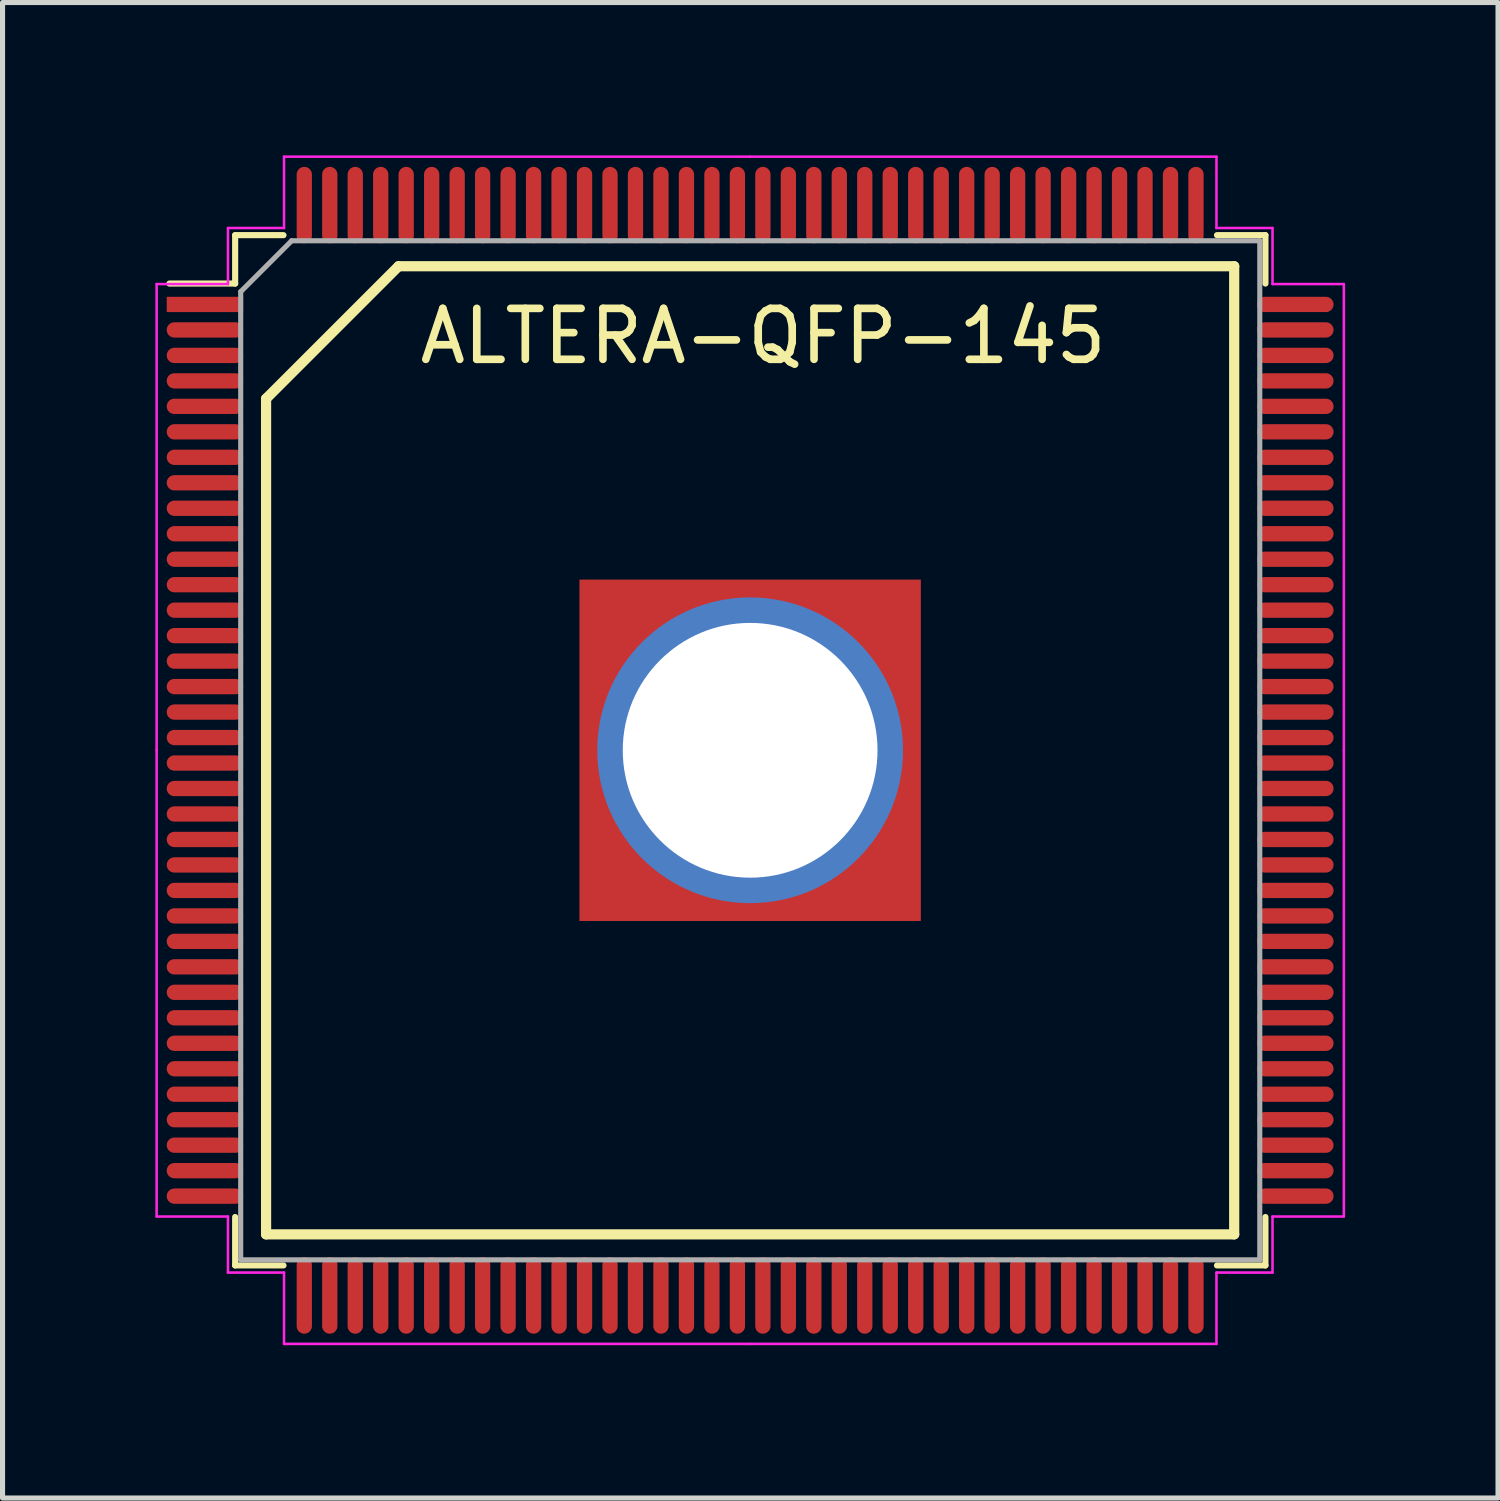
<source format=kicad_pcb>
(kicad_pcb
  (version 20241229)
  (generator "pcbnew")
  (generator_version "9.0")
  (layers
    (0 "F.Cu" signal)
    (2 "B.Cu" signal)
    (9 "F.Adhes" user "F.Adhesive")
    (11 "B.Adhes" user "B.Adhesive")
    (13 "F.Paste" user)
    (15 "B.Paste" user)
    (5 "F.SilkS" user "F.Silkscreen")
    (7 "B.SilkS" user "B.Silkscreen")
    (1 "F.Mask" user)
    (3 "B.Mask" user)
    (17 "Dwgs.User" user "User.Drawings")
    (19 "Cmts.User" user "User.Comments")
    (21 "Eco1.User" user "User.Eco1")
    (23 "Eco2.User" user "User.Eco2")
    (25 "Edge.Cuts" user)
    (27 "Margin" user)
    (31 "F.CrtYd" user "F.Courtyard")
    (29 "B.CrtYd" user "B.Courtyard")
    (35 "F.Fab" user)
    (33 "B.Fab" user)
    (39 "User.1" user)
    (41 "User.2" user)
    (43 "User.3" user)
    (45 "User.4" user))
  (footprint "ALTERA-QFP-145"
    (layer "F.Cu")
    (at 11.672 11.675)
    (property "Reference" "ALTERA-QFP-145" (at 0.254 -8.128 0) (layer "F.SilkS") (effects (font (size 1 1) (thickness 0.15))))
    (attr smd)
    (fp_line (start -10.107 -10.11) (end -10.107 -9.16) (stroke (width 0.12) (type solid)) (layer "F.SilkS"))
    (fp_line (start -10.107 -9.16) (end -11.398 -9.16) (stroke (width 0.12) (type solid)) (layer "F.SilkS"))
    (fp_line (start -10.107 10.11) (end -10.107 9.16) (stroke (width 0.12) (type solid)) (layer "F.SilkS"))
    (fp_line (start -9.5 -6.9) (end -9.5 9.5) (stroke (width 0.2) (type solid)) (layer "F.SilkS"))
    (fp_line (start -9.5 9.5) (end 9.5 9.5) (stroke (width 0.2) (type solid)) (layer "F.SilkS"))
    (fp_line (start -9.158 -10.11) (end -10.107 -10.11) (stroke (width 0.12) (type solid)) (layer "F.SilkS"))
    (fp_line (start -9.158 10.11) (end -10.107 10.11) (stroke (width 0.12) (type solid)) (layer "F.SilkS"))
    (fp_line (start -6.9 -9.5) (end -9.5 -6.9) (stroke (width 0.2) (type solid)) (layer "F.SilkS"))
    (fp_line (start 9.162 -10.11) (end 10.113 -10.11) (stroke (width 0.12) (type solid)) (layer "F.SilkS"))
    (fp_line (start 9.162 10.11) (end 10.113 10.11) (stroke (width 0.12) (type solid)) (layer "F.SilkS"))
    (fp_line (start 9.5 -9.5) (end -6.9 -9.5) (stroke (width 0.2) (type solid)) (layer "F.SilkS"))
    (fp_line (start 9.5 9.5) (end 9.5 -9.5) (stroke (width 0.2) (type solid)) (layer "F.SilkS"))
    (fp_line (start 10.113 -10.11) (end 10.113 -9.16) (stroke (width 0.12) (type solid)) (layer "F.SilkS"))
    (fp_line (start 10.113 10.11) (end 10.113 9.16) (stroke (width 0.12) (type solid)) (layer "F.SilkS"))
    (fp_line (start -11.648 -9.15) (end -11.648 0) (stroke (width 0.05) (type solid)) (layer "F.CrtYd"))
    (fp_line (start -11.648 9.15) (end -11.648 0) (stroke (width 0.05) (type solid)) (layer "F.CrtYd"))
    (fp_line (start -10.248 -10.25) (end -10.248 -9.15) (stroke (width 0.05) (type solid)) (layer "F.CrtYd"))
    (fp_line (start -10.248 -9.15) (end -11.648 -9.15) (stroke (width 0.05) (type solid)) (layer "F.CrtYd"))
    (fp_line (start -10.248 9.15) (end -11.648 9.15) (stroke (width 0.05) (type solid)) (layer "F.CrtYd"))
    (fp_line (start -10.248 10.25) (end -10.248 9.15) (stroke (width 0.05) (type solid)) (layer "F.CrtYd"))
    (fp_line (start -9.148 -11.65) (end -9.148 -10.25) (stroke (width 0.05) (type solid)) (layer "F.CrtYd"))
    (fp_line (start -9.148 -10.25) (end -10.248 -10.25) (stroke (width 0.05) (type solid)) (layer "F.CrtYd"))
    (fp_line (start -9.148 10.25) (end -10.248 10.25) (stroke (width 0.05) (type solid)) (layer "F.CrtYd"))
    (fp_line (start -9.148 11.65) (end -9.148 10.25) (stroke (width 0.05) (type solid)) (layer "F.CrtYd"))
    (fp_line (start 0.003 -11.65) (end -9.148 -11.65) (stroke (width 0.05) (type solid)) (layer "F.CrtYd"))
    (fp_line (start 0.003 -11.65) (end 9.152 -11.65) (stroke (width 0.05) (type solid)) (layer "F.CrtYd"))
    (fp_line (start 0.003 11.65) (end -9.148 11.65) (stroke (width 0.05) (type solid)) (layer "F.CrtYd"))
    (fp_line (start 0.003 11.65) (end 9.152 11.65) (stroke (width 0.05) (type solid)) (layer "F.CrtYd"))
    (fp_line (start 9.152 -11.65) (end 9.152 -10.25) (stroke (width 0.05) (type solid)) (layer "F.CrtYd"))
    (fp_line (start 9.152 -10.25) (end 10.252 -10.25) (stroke (width 0.05) (type solid)) (layer "F.CrtYd"))
    (fp_line (start 9.152 10.25) (end 10.252 10.25) (stroke (width 0.05) (type solid)) (layer "F.CrtYd"))
    (fp_line (start 9.152 11.65) (end 9.152 10.25) (stroke (width 0.05) (type solid)) (layer "F.CrtYd"))
    (fp_line (start 10.252 -10.25) (end 10.252 -9.15) (stroke (width 0.05) (type solid)) (layer "F.CrtYd"))
    (fp_line (start 10.252 -9.15) (end 11.652 -9.15) (stroke (width 0.05) (type solid)) (layer "F.CrtYd"))
    (fp_line (start 10.252 9.15) (end 11.652 9.15) (stroke (width 0.05) (type solid)) (layer "F.CrtYd"))
    (fp_line (start 10.252 10.25) (end 10.252 9.15) (stroke (width 0.05) (type solid)) (layer "F.CrtYd"))
    (fp_line (start 11.652 -9.15) (end 11.652 0) (stroke (width 0.05) (type solid)) (layer "F.CrtYd"))
    (fp_line (start 11.652 9.15) (end 11.652 0) (stroke (width 0.05) (type solid)) (layer "F.CrtYd"))
    (fp_line (start -9.998 -9) (end -8.998 -10) (stroke (width 0.1) (type solid)) (layer "F.Fab"))
    (fp_line (start -9.998 10) (end -9.998 -9) (stroke (width 0.1) (type solid)) (layer "F.Fab"))
    (fp_line (start -8.998 -10) (end 10.002 -10) (stroke (width 0.1) (type solid)) (layer "F.Fab"))
    (fp_line (start 10.002 -10) (end 10.002 10) (stroke (width 0.1) (type solid)) (layer "F.Fab"))
    (fp_line (start 10.002 10) (end -9.998 10) (stroke (width 0.1) (type solid)) (layer "F.Fab"))
    (pad "1" smd rect (at -10.7 -8.75) (size 1.5 0.3) (layers "F.Cu" "F.Mask" "F.Paste"))
    (pad "2" smd oval (at -10.7 -8.25) (size 1.5 0.3) (layers "F.Cu" "F.Mask" "F.Paste"))
    (pad "3" smd oval (at -10.7 -7.75) (size 1.5 0.3) (layers "F.Cu" "F.Mask" "F.Paste"))
    (pad "4" smd oval (at -10.7 -7.25) (size 1.5 0.3) (layers "F.Cu" "F.Mask" "F.Paste"))
    (pad "5" smd oval (at -10.7 -6.75) (size 1.5 0.3) (layers "F.Cu" "F.Mask" "F.Paste"))
    (pad "6" smd oval (at -10.7 -6.25) (size 1.5 0.3) (layers "F.Cu" "F.Mask" "F.Paste"))
    (pad "7" smd oval (at -10.7 -5.75) (size 1.5 0.3) (layers "F.Cu" "F.Mask" "F.Paste"))
    (pad "8" smd oval (at -10.7 -5.25) (size 1.5 0.3) (layers "F.Cu" "F.Mask" "F.Paste"))
    (pad "9" smd oval (at -10.7 -4.75) (size 1.5 0.3) (layers "F.Cu" "F.Mask" "F.Paste"))
    (pad "10" smd oval (at -10.7 -4.25) (size 1.5 0.3) (layers "F.Cu" "F.Mask" "F.Paste"))
    (pad "11" smd oval (at -10.7 -3.75) (size 1.5 0.3) (layers "F.Cu" "F.Mask" "F.Paste"))
    (pad "12" smd oval (at -10.7 -3.25) (size 1.5 0.3) (layers "F.Cu" "F.Mask" "F.Paste"))
    (pad "13" smd oval (at -10.7 -2.75) (size 1.5 0.3) (layers "F.Cu" "F.Mask" "F.Paste"))
    (pad "14" smd oval (at -10.7 -2.25) (size 1.5 0.3) (layers "F.Cu" "F.Mask" "F.Paste"))
    (pad "15" smd oval (at -10.7 -1.75) (size 1.5 0.3) (layers "F.Cu" "F.Mask" "F.Paste"))
    (pad "16" smd oval (at -10.7 -1.25) (size 1.5 0.3) (layers "F.Cu" "F.Mask" "F.Paste"))
    (pad "17" smd oval (at -10.7 -0.75) (size 1.5 0.3) (layers "F.Cu" "F.Mask" "F.Paste"))
    (pad "18" smd oval (at -10.7 -0.25) (size 1.5 0.3) (layers "F.Cu" "F.Mask" "F.Paste"))
    (pad "19" smd oval (at -10.7 0.25) (size 1.5 0.3) (layers "F.Cu" "F.Mask" "F.Paste"))
    (pad "20" smd oval (at -10.7 0.75) (size 1.5 0.3) (layers "F.Cu" "F.Mask" "F.Paste"))
    (pad "21" smd oval (at -10.7 1.25) (size 1.5 0.3) (layers "F.Cu" "F.Mask" "F.Paste"))
    (pad "22" smd oval (at -10.7 1.75) (size 1.5 0.3) (layers "F.Cu" "F.Mask" "F.Paste"))
    (pad "23" smd oval (at -10.7 2.25) (size 1.5 0.3) (layers "F.Cu" "F.Mask" "F.Paste"))
    (pad "24" smd oval (at -10.7 2.75) (size 1.5 0.3) (layers "F.Cu" "F.Mask" "F.Paste"))
    (pad "25" smd oval (at -10.7 3.25) (size 1.5 0.3) (layers "F.Cu" "F.Mask" "F.Paste"))
    (pad "26" smd oval (at -10.7 3.75) (size 1.5 0.3) (layers "F.Cu" "F.Mask" "F.Paste"))
    (pad "27" smd oval (at -10.7 4.25) (size 1.5 0.3) (layers "F.Cu" "F.Mask" "F.Paste"))
    (pad "28" smd oval (at -10.7 4.75) (size 1.5 0.3) (layers "F.Cu" "F.Mask" "F.Paste"))
    (pad "29" smd oval (at -10.7 5.25) (size 1.5 0.3) (layers "F.Cu" "F.Mask" "F.Paste"))
    (pad "30" smd oval (at -10.7 5.75) (size 1.5 0.3) (layers "F.Cu" "F.Mask" "F.Paste"))
    (pad "31" smd oval (at -10.7 6.25) (size 1.5 0.3) (layers "F.Cu" "F.Mask" "F.Paste"))
    (pad "32" smd oval (at -10.7 6.75) (size 1.5 0.3) (layers "F.Cu" "F.Mask" "F.Paste"))
    (pad "33" smd oval (at -10.7 7.25) (size 1.5 0.3) (layers "F.Cu" "F.Mask" "F.Paste"))
    (pad "34" smd oval (at -10.7 7.75) (size 1.5 0.3) (layers "F.Cu" "F.Mask" "F.Paste"))
    (pad "35" smd oval (at -10.7 8.25) (size 1.5 0.3) (layers "F.Cu" "F.Mask" "F.Paste"))
    (pad "36" smd oval (at -10.7 8.75) (size 1.5 0.3) (layers "F.Cu" "F.Mask" "F.Paste"))
    (pad "37" smd oval (at -8.75 10.7) (size 0.3 1.5) (layers "F.Cu" "F.Mask" "F.Paste"))
    (pad "38" smd oval (at -8.25 10.7) (size 0.3 1.5) (layers "F.Cu" "F.Mask" "F.Paste"))
    (pad "39" smd oval (at -7.75 10.7) (size 0.3 1.5) (layers "F.Cu" "F.Mask" "F.Paste"))
    (pad "40" smd oval (at -7.25 10.7) (size 0.3 1.5) (layers "F.Cu" "F.Mask" "F.Paste"))
    (pad "41" smd oval (at -6.75 10.7) (size 0.3 1.5) (layers "F.Cu" "F.Mask" "F.Paste"))
    (pad "42" smd oval (at -6.25 10.7) (size 0.3 1.5) (layers "F.Cu" "F.Mask" "F.Paste"))
    (pad "43" smd oval (at -5.75 10.7) (size 0.3 1.5) (layers "F.Cu" "F.Mask" "F.Paste"))
    (pad "44" smd oval (at -5.25 10.7) (size 0.3 1.5) (layers "F.Cu" "F.Mask" "F.Paste"))
    (pad "45" smd oval (at -4.75 10.7) (size 0.3 1.5) (layers "F.Cu" "F.Mask" "F.Paste"))
    (pad "46" smd oval (at -4.25 10.7) (size 0.3 1.5) (layers "F.Cu" "F.Mask" "F.Paste"))
    (pad "47" smd oval (at -3.75 10.7) (size 0.3 1.5) (layers "F.Cu" "F.Mask" "F.Paste"))
    (pad "48" smd oval (at -3.25 10.7) (size 0.3 1.5) (layers "F.Cu" "F.Mask" "F.Paste"))
    (pad "49" smd oval (at -2.75 10.7) (size 0.3 1.5) (layers "F.Cu" "F.Mask" "F.Paste"))
    (pad "50" smd oval (at -2.25 10.7) (size 0.3 1.5) (layers "F.Cu" "F.Mask" "F.Paste"))
    (pad "51" smd oval (at -1.75 10.7) (size 0.3 1.5) (layers "F.Cu" "F.Mask" "F.Paste"))
    (pad "52" smd oval (at -1.25 10.7) (size 0.3 1.5) (layers "F.Cu" "F.Mask" "F.Paste"))
    (pad "53" smd oval (at -0.75 10.7) (size 0.3 1.5) (layers "F.Cu" "F.Mask" "F.Paste"))
    (pad "54" smd oval (at -0.25 10.7) (size 0.3 1.5) (layers "F.Cu" "F.Mask" "F.Paste"))
    (pad "55" smd oval (at 0.25 10.7) (size 0.3 1.5) (layers "F.Cu" "F.Mask" "F.Paste"))
    (pad "56" smd oval (at 0.75 10.7) (size 0.3 1.5) (layers "F.Cu" "F.Mask" "F.Paste"))
    (pad "57" smd oval (at 1.25 10.7) (size 0.3 1.5) (layers "F.Cu" "F.Mask" "F.Paste"))
    (pad "58" smd oval (at 1.75 10.7) (size 0.3 1.5) (layers "F.Cu" "F.Mask" "F.Paste"))
    (pad "59" smd oval (at 2.25 10.7) (size 0.3 1.5) (layers "F.Cu" "F.Mask" "F.Paste"))
    (pad "60" smd oval (at 2.75 10.7) (size 0.3 1.5) (layers "F.Cu" "F.Mask" "F.Paste"))
    (pad "61" smd oval (at 3.25 10.7) (size 0.3 1.5) (layers "F.Cu" "F.Mask" "F.Paste"))
    (pad "62" smd oval (at 3.75 10.7) (size 0.3 1.5) (layers "F.Cu" "F.Mask" "F.Paste"))
    (pad "63" smd oval (at 4.25 10.7) (size 0.3 1.5) (layers "F.Cu" "F.Mask" "F.Paste"))
    (pad "64" smd oval (at 4.75 10.7) (size 0.3 1.5) (layers "F.Cu" "F.Mask" "F.Paste"))
    (pad "65" smd oval (at 5.25 10.7) (size 0.3 1.5) (layers "F.Cu" "F.Mask" "F.Paste"))
    (pad "66" smd oval (at 5.75 10.7) (size 0.3 1.5) (layers "F.Cu" "F.Mask" "F.Paste"))
    (pad "67" smd oval (at 6.25 10.7) (size 0.3 1.5) (layers "F.Cu" "F.Mask" "F.Paste"))
    (pad "68" smd oval (at 6.75 10.7) (size 0.3 1.5) (layers "F.Cu" "F.Mask" "F.Paste"))
    (pad "69" smd oval (at 7.25 10.7) (size 0.3 1.5) (layers "F.Cu" "F.Mask" "F.Paste"))
    (pad "70" smd oval (at 7.75 10.7) (size 0.3 1.5) (layers "F.Cu" "F.Mask" "F.Paste"))
    (pad "71" smd oval (at 8.25 10.7) (size 0.3 1.5) (layers "F.Cu" "F.Mask" "F.Paste"))
    (pad "72" smd oval (at 8.75 10.7) (size 0.3 1.5) (layers "F.Cu" "F.Mask" "F.Paste"))
    (pad "73" smd oval (at 10.7 8.75) (size 1.5 0.3) (layers "F.Cu" "F.Mask" "F.Paste"))
    (pad "74" smd oval (at 10.7 8.25) (size 1.5 0.3) (layers "F.Cu" "F.Mask" "F.Paste"))
    (pad "75" smd oval (at 10.7 7.75) (size 1.5 0.3) (layers "F.Cu" "F.Mask" "F.Paste"))
    (pad "76" smd oval (at 10.7 7.25) (size 1.5 0.3) (layers "F.Cu" "F.Mask" "F.Paste"))
    (pad "77" smd oval (at 10.7 6.75) (size 1.5 0.3) (layers "F.Cu" "F.Mask" "F.Paste"))
    (pad "78" smd oval (at 10.7 6.25) (size 1.5 0.3) (layers "F.Cu" "F.Mask" "F.Paste"))
    (pad "79" smd oval (at 10.7 5.75) (size 1.5 0.3) (layers "F.Cu" "F.Mask" "F.Paste"))
    (pad "80" smd oval (at 10.7 5.25) (size 1.5 0.3) (layers "F.Cu" "F.Mask" "F.Paste"))
    (pad "81" smd oval (at 10.7 4.75) (size 1.5 0.3) (layers "F.Cu" "F.Mask" "F.Paste"))
    (pad "82" smd oval (at 10.7 4.25) (size 1.5 0.3) (layers "F.Cu" "F.Mask" "F.Paste"))
    (pad "83" smd oval (at 10.7 3.75) (size 1.5 0.3) (layers "F.Cu" "F.Mask" "F.Paste"))
    (pad "84" smd oval (at 10.7 3.25) (size 1.5 0.3) (layers "F.Cu" "F.Mask" "F.Paste"))
    (pad "85" smd oval (at 10.7 2.75) (size 1.5 0.3) (layers "F.Cu" "F.Mask" "F.Paste"))
    (pad "86" smd oval (at 10.7 2.25) (size 1.5 0.3) (layers "F.Cu" "F.Mask" "F.Paste"))
    (pad "87" smd oval (at 10.7 1.75) (size 1.5 0.3) (layers "F.Cu" "F.Mask" "F.Paste"))
    (pad "88" smd oval (at 10.7 1.25) (size 1.5 0.3) (layers "F.Cu" "F.Mask" "F.Paste"))
    (pad "89" smd oval (at 10.7 0.75) (size 1.5 0.3) (layers "F.Cu" "F.Mask" "F.Paste"))
    (pad "90" smd oval (at 10.7 0.25) (size 1.5 0.3) (layers "F.Cu" "F.Mask" "F.Paste"))
    (pad "91" smd oval (at 10.7 -0.25) (size 1.5 0.3) (layers "F.Cu" "F.Mask" "F.Paste"))
    (pad "92" smd oval (at 10.7 -0.75) (size 1.5 0.3) (layers "F.Cu" "F.Mask" "F.Paste"))
    (pad "93" smd oval (at 10.7 -1.25) (size 1.5 0.3) (layers "F.Cu" "F.Mask" "F.Paste"))
    (pad "94" smd oval (at 10.7 -1.75) (size 1.5 0.3) (layers "F.Cu" "F.Mask" "F.Paste"))
    (pad "95" smd oval (at 10.7 -2.25) (size 1.5 0.3) (layers "F.Cu" "F.Mask" "F.Paste"))
    (pad "96" smd oval (at 10.7 -2.75) (size 1.5 0.3) (layers "F.Cu" "F.Mask" "F.Paste"))
    (pad "97" smd oval (at 10.7 -3.25) (size 1.5 0.3) (layers "F.Cu" "F.Mask" "F.Paste"))
    (pad "98" smd oval (at 10.7 -3.75) (size 1.5 0.3) (layers "F.Cu" "F.Mask" "F.Paste"))
    (pad "99" smd oval (at 10.7 -4.25) (size 1.5 0.3) (layers "F.Cu" "F.Mask" "F.Paste"))
    (pad "100" smd oval (at 10.7 -4.75) (size 1.5 0.3) (layers "F.Cu" "F.Mask" "F.Paste"))
    (pad "101" smd oval (at 10.7 -5.25) (size 1.5 0.3) (layers "F.Cu" "F.Mask" "F.Paste"))
    (pad "102" smd oval (at 10.7 -5.75) (size 1.5 0.3) (layers "F.Cu" "F.Mask" "F.Paste"))
    (pad "103" smd oval (at 10.7 -6.25) (size 1.5 0.3) (layers "F.Cu" "F.Mask" "F.Paste"))
    (pad "104" smd oval (at 10.7 -6.75) (size 1.5 0.3) (layers "F.Cu" "F.Mask" "F.Paste"))
    (pad "105" smd oval (at 10.7 -7.25) (size 1.5 0.3) (layers "F.Cu" "F.Mask" "F.Paste"))
    (pad "106" smd oval (at 10.7 -7.75) (size 1.5 0.3) (layers "F.Cu" "F.Mask" "F.Paste"))
    (pad "107" smd oval (at 10.7 -8.25) (size 1.5 0.3) (layers "F.Cu" "F.Mask" "F.Paste"))
    (pad "108" smd oval (at 10.7 -8.75) (size 1.5 0.3) (layers "F.Cu" "F.Mask" "F.Paste"))
    (pad "109" smd oval (at 8.75 -10.7) (size 0.3 1.5) (layers "F.Cu" "F.Mask" "F.Paste"))
    (pad "110" smd oval (at 8.25 -10.7) (size 0.3 1.5) (layers "F.Cu" "F.Mask" "F.Paste"))
    (pad "111" smd oval (at 7.75 -10.7) (size 0.3 1.5) (layers "F.Cu" "F.Mask" "F.Paste"))
    (pad "112" smd oval (at 7.25 -10.7) (size 0.3 1.5) (layers "F.Cu" "F.Mask" "F.Paste"))
    (pad "113" smd oval (at 6.75 -10.7) (size 0.3 1.5) (layers "F.Cu" "F.Mask" "F.Paste"))
    (pad "114" smd oval (at 6.25 -10.7) (size 0.3 1.5) (layers "F.Cu" "F.Mask" "F.Paste"))
    (pad "115" smd oval (at 5.75 -10.7) (size 0.3 1.5) (layers "F.Cu" "F.Mask" "F.Paste"))
    (pad "116" smd oval (at 5.25 -10.7) (size 0.3 1.5) (layers "F.Cu" "F.Mask" "F.Paste"))
    (pad "117" smd oval (at 4.75 -10.7) (size 0.3 1.5) (layers "F.Cu" "F.Mask" "F.Paste"))
    (pad "118" smd oval (at 4.25 -10.7) (size 0.3 1.5) (layers "F.Cu" "F.Mask" "F.Paste"))
    (pad "119" smd oval (at 3.75 -10.7) (size 0.3 1.5) (layers "F.Cu" "F.Mask" "F.Paste"))
    (pad "120" smd oval (at 3.25 -10.7) (size 0.3 1.5) (layers "F.Cu" "F.Mask" "F.Paste"))
    (pad "121" smd oval (at 2.75 -10.7) (size 0.3 1.5) (layers "F.Cu" "F.Mask" "F.Paste"))
    (pad "122" smd oval (at 2.25 -10.7) (size 0.3 1.5) (layers "F.Cu" "F.Mask" "F.Paste"))
    (pad "123" smd oval (at 1.75 -10.7) (size 0.3 1.5) (layers "F.Cu" "F.Mask" "F.Paste"))
    (pad "124" smd oval (at 1.25 -10.7) (size 0.3 1.5) (layers "F.Cu" "F.Mask" "F.Paste"))
    (pad "125" smd oval (at 0.75 -10.7) (size 0.3 1.5) (layers "F.Cu" "F.Mask" "F.Paste"))
    (pad "126" smd oval (at 0.25 -10.7) (size 0.3 1.5) (layers "F.Cu" "F.Mask" "F.Paste"))
    (pad "127" smd oval (at -0.25 -10.7) (size 0.3 1.5) (layers "F.Cu" "F.Mask" "F.Paste"))
    (pad "128" smd oval (at -0.75 -10.7) (size 0.3 1.5) (layers "F.Cu" "F.Mask" "F.Paste"))
    (pad "129" smd oval (at -1.25 -10.7) (size 0.3 1.5) (layers "F.Cu" "F.Mask" "F.Paste"))
    (pad "130" smd oval (at -1.75 -10.7) (size 0.3 1.5) (layers "F.Cu" "F.Mask" "F.Paste"))
    (pad "131" smd oval (at -2.25 -10.7) (size 0.3 1.5) (layers "F.Cu" "F.Mask" "F.Paste"))
    (pad "132" smd oval (at -2.75 -10.7) (size 0.3 1.5) (layers "F.Cu" "F.Mask" "F.Paste"))
    (pad "133" smd oval (at -3.25 -10.7) (size 0.3 1.5) (layers "F.Cu" "F.Mask" "F.Paste"))
    (pad "134" smd oval (at -3.75 -10.7) (size 0.3 1.5) (layers "F.Cu" "F.Mask" "F.Paste"))
    (pad "135" smd oval (at -4.25 -10.7) (size 0.3 1.5) (layers "F.Cu" "F.Mask" "F.Paste"))
    (pad "136" smd oval (at -4.75 -10.7) (size 0.3 1.5) (layers "F.Cu" "F.Mask" "F.Paste"))
    (pad "137" smd oval (at -5.25 -10.7) (size 0.3 1.5) (layers "F.Cu" "F.Mask" "F.Paste"))
    (pad "138" smd oval (at -5.75 -10.7) (size 0.3 1.5) (layers "F.Cu" "F.Mask" "F.Paste"))
    (pad "139" smd oval (at -6.25 -10.7) (size 0.3 1.5) (layers "F.Cu" "F.Mask" "F.Paste"))
    (pad "140" smd oval (at -6.75 -10.7) (size 0.3 1.5) (layers "F.Cu" "F.Mask" "F.Paste"))
    (pad "141" smd oval (at -7.25 -10.7) (size 0.3 1.5) (layers "F.Cu" "F.Mask" "F.Paste"))
    (pad "142" smd oval (at -7.75 -10.7) (size 0.3 1.5) (layers "F.Cu" "F.Mask" "F.Paste"))
    (pad "143" smd oval (at -8.25 -10.7) (size 0.3 1.5) (layers "F.Cu" "F.Mask" "F.Paste"))
    (pad "144" smd oval (at -8.75 -10.7) (size 0.3 1.5) (layers "F.Cu" "F.Mask" "F.Paste"))
    (pad "145" thru_hole circle (at 0 0) (size 6 6) (drill 5) (layers "*.Cu" "*.Mask"))
    (pad "145" smd rect (at 0 0) (size 6.7 6.7) (layers "F.Cu" "F.Mask" "F.Paste")))
  (gr_rect
    (start -3 -3)
    (end 26.35 26.35)
    (stroke (width 0.1) (type default))
    (fill no)
    (layer "Edge.Cuts")))
</source>
